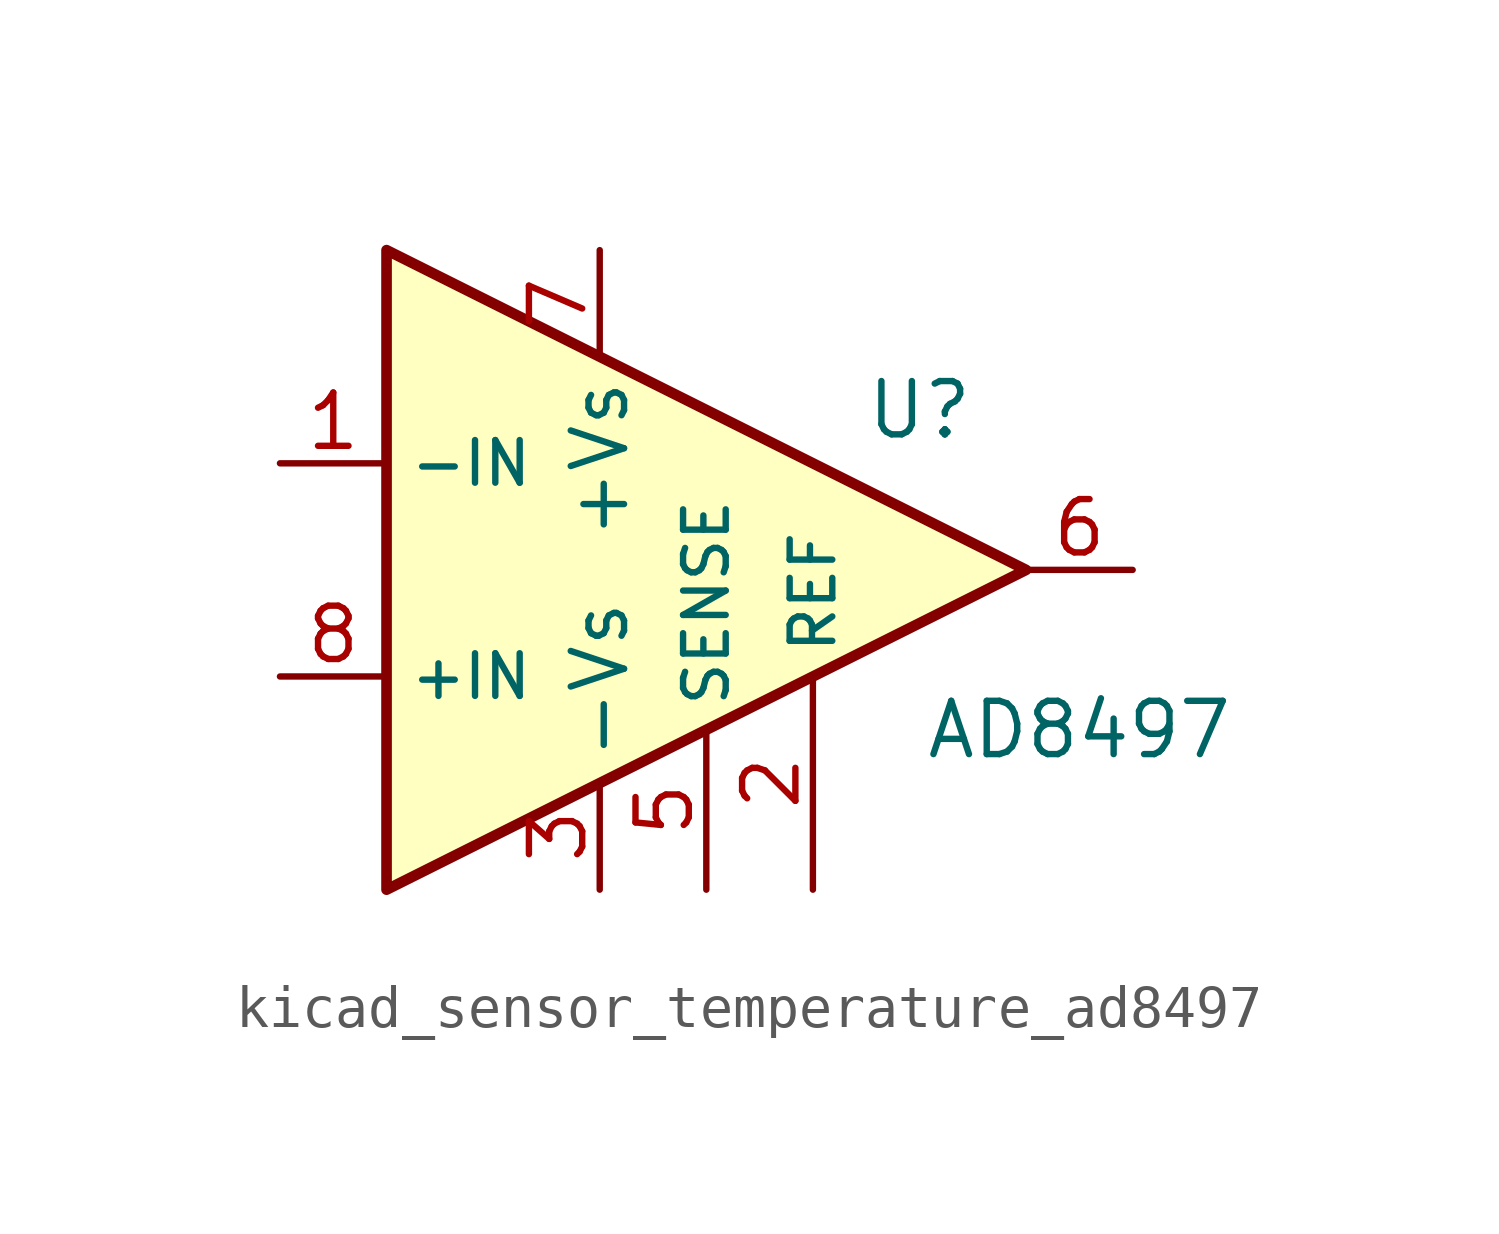
<source format=kicad_sym>
(kicad_symbol_lib
  (version 20220914)
  (generator kicad_symbol_editor)
  (symbol "kicad_sensor_temperature_ad8497"
    (property "Reference" "U"
      (at 5.08 3.81 0)
      (effects (font (size 1.27 1.27))))
    (property "Value" "AD8497"
      (at 8.89 -3.81 0)
      (effects (font (size 1.27 1.27))))
    (symbol "kicad_sensor_temperature_ad8497_0_1"
      (polyline (pts (xy -7.62 7.62) (xy 7.62 0) (xy -7.62 -7.62) (xy -7.62 7.62)) (stroke (width 0.254) (type default)) (fill (type background))))
    (symbol "kicad_sensor_temperature_ad8497_1_1"
      (pin input line (at -10.16 2.54 0) (length 2.54) (name "-IN" (effects (font (size 1.016 1.016)))) (number "1" (effects (font (size 1.27 1.27)))))
      (pin input line (at 2.54 -7.62 90) (length 5.08) (name "REF" (effects (font (size 1.016 1.016)))) (number "2" (effects (font (size 1.27 1.27)))))
      (pin power_in line (at -2.54 -7.62 90) (length 2.54) (name "-Vs" (effects (font (size 1.27 1.27)))) (number "3" (effects (font (size 1.27 1.27)))))
      (pin no_connect line (at -5.08 0 180) (length 2.54) hide (name "NC" (effects (font (size 1.27 1.27)))) (number "4" (effects (font (size 1.27 1.27)))))
      (pin passive line (at 0 -7.62 90) (length 3.81) (name "SENSE" (effects (font (size 1.016 1.016)))) (number "5" (effects (font (size 1.27 1.27)))))
      (pin output line (at 10.16 0 180) (length 2.54) (name "~" (effects (font (size 1.27 1.27)))) (number "6" (effects (font (size 1.27 1.27)))))
      (pin power_in line (at -2.54 7.62 270) (length 2.54) (name "+Vs" (effects (font (size 1.27 1.27)))) (number "7" (effects (font (size 1.27 1.27)))))
      (pin input line (at -10.16 -2.54 0) (length 2.54) (name "+IN" (effects (font (size 1.016 1.016)))) (number "8" (effects (font (size 1.27 1.27))))))))
</source>
